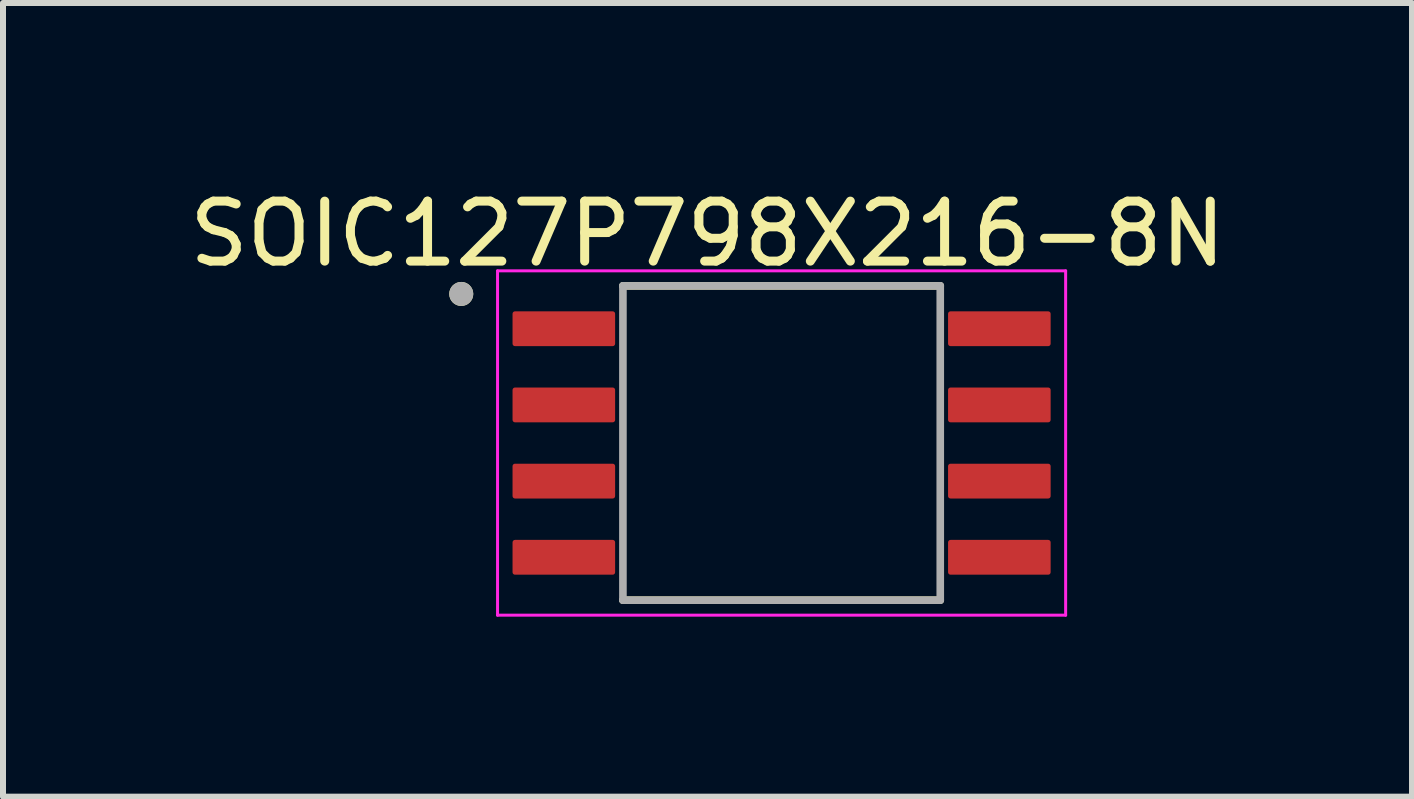
<source format=kicad_pcb>
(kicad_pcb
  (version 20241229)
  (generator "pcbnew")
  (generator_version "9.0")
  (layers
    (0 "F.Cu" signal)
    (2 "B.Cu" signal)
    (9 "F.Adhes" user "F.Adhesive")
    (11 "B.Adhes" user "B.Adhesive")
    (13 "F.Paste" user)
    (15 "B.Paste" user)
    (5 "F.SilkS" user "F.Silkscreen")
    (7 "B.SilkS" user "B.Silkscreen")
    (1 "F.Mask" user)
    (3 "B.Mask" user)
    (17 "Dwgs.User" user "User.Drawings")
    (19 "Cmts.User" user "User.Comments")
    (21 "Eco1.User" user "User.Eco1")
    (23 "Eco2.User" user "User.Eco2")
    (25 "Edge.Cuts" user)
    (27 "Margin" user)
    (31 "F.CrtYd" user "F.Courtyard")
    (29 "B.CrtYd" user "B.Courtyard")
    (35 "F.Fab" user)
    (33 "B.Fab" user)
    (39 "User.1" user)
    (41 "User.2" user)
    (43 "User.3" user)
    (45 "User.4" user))
  (footprint "SOIC127P798X216-8N"
    (layer "F.Cu")
    (at 9.979 4.335)
    (property "Reference" "SOIC127P798X216-8N" (at -1.235 -3.487 0) (layer "F.SilkS") (effects (font (size 1 1) (thickness 0.15))))
    (attr smd)
    (fp_line (start -2.645 -2.62) (end 2.645 -2.62) (stroke (width 0.127) (type solid)) (layer "F.SilkS"))
    (fp_line (start -2.645 2.62) (end 2.645 2.62) (stroke (width 0.127) (type solid)) (layer "F.SilkS"))
    (fp_circle (center -5.34 -2.485) (end -5.24 -2.485) (stroke (width 0.2) (type solid)) (fill no) (layer "F.SilkS"))
    (fp_line (start -4.735 -2.87) (end -4.735 2.87) (stroke (width 0.05) (type solid)) (layer "F.CrtYd"))
    (fp_line (start -4.735 -2.87) (end 4.735 -2.87) (stroke (width 0.05) (type solid)) (layer "F.CrtYd"))
    (fp_line (start -4.735 2.87) (end 4.735 2.87) (stroke (width 0.05) (type solid)) (layer "F.CrtYd"))
    (fp_line (start 4.735 -2.87) (end 4.735 2.87) (stroke (width 0.05) (type solid)) (layer "F.CrtYd"))
    (fp_line (start -2.645 -2.62) (end -2.645 2.62) (stroke (width 0.127) (type solid)) (layer "F.Fab"))
    (fp_line (start -2.645 -2.62) (end 2.645 -2.62) (stroke (width 0.127) (type solid)) (layer "F.Fab"))
    (fp_line (start -2.645 2.62) (end 2.645 2.62) (stroke (width 0.127) (type solid)) (layer "F.Fab"))
    (fp_line (start 2.645 -2.62) (end 2.645 2.62) (stroke (width 0.127) (type solid)) (layer "F.Fab"))
    (fp_circle (center -5.34 -2.485) (end -5.24 -2.485) (stroke (width 0.2) (type solid)) (fill no) (layer "F.Fab"))
    (pad "1" smd roundrect (at -3.63 -1.905) (size 1.71 0.58) (layers "F.Cu" "F.Mask" "F.Paste") (roundrect_rratio 0.07))
    (pad "2" smd roundrect (at -3.63 -0.635) (size 1.71 0.58) (layers "F.Cu" "F.Mask" "F.Paste") (roundrect_rratio 0.07))
    (pad "3" smd roundrect (at -3.63 0.635) (size 1.71 0.58) (layers "F.Cu" "F.Mask" "F.Paste") (roundrect_rratio 0.07))
    (pad "4" smd roundrect (at -3.63 1.905) (size 1.71 0.58) (layers "F.Cu" "F.Mask" "F.Paste") (roundrect_rratio 0.07))
    (pad "5" smd roundrect (at 3.63 1.905) (size 1.71 0.58) (layers "F.Cu" "F.Mask" "F.Paste") (roundrect_rratio 0.07))
    (pad "6" smd roundrect (at 3.63 0.635) (size 1.71 0.58) (layers "F.Cu" "F.Mask" "F.Paste") (roundrect_rratio 0.07))
    (pad "7" smd roundrect (at 3.63 -0.635) (size 1.71 0.58) (layers "F.Cu" "F.Mask" "F.Paste") (roundrect_rratio 0.07))
    (pad "8" smd roundrect (at 3.63 -1.905) (size 1.71 0.58) (layers "F.Cu" "F.Mask" "F.Paste") (roundrect_rratio 0.07)))
  (gr_rect
    (start -3 -3)
    (end 20.488 10.23)
    (stroke (width 0.1) (type default))
    (fill no)
    (layer "Edge.Cuts")))
</source>
